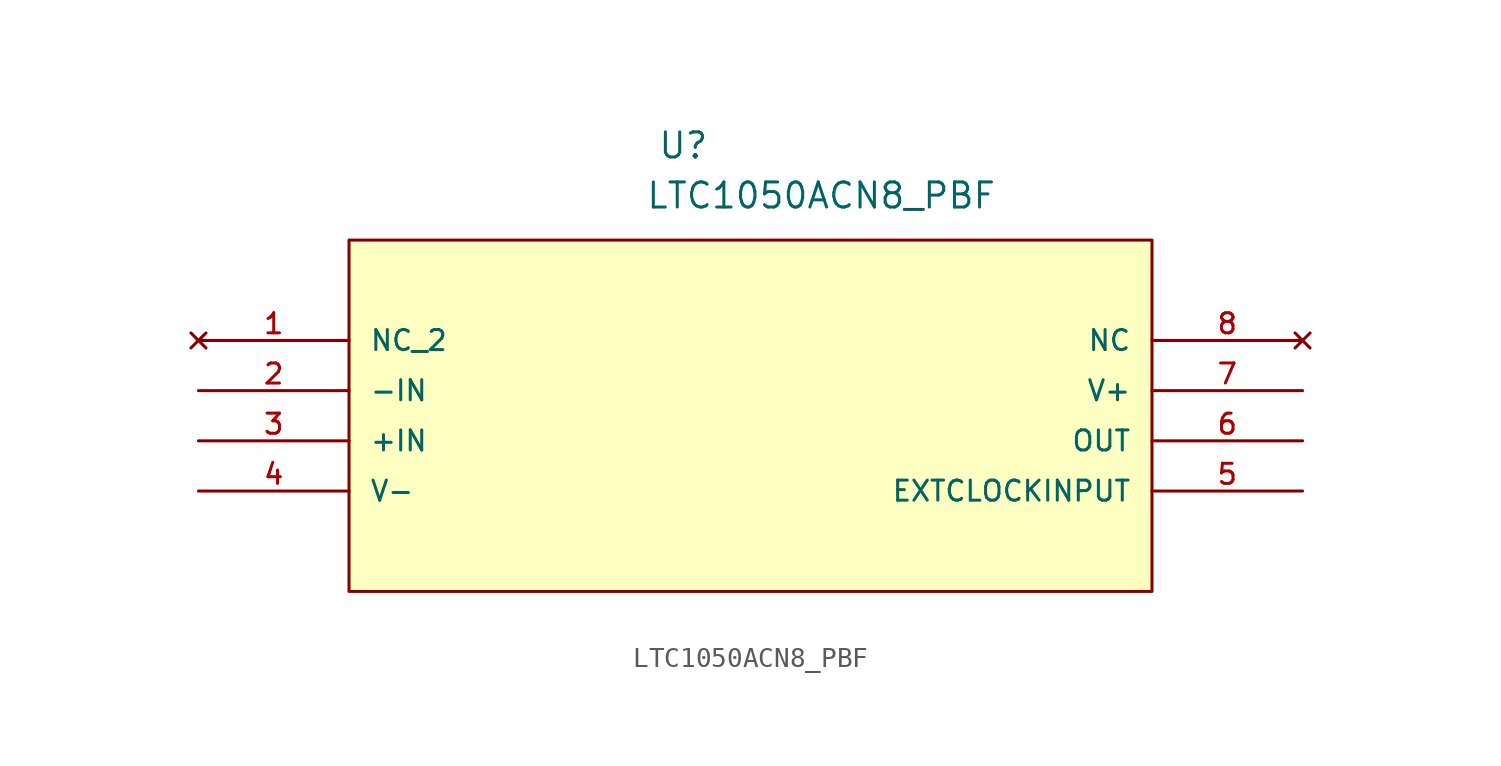
<source format=kicad_sym>
(kicad_symbol_lib
  (version 20211014)
  (generator kicad_symbol_editor)
  (symbol "LTC1050ACN8_PBF"
    (pin_names
      (offset 1.016))
    (property "Reference" "U"
      (at 23.229 9.124 0.0)
      (effects (font (size 1.27 1.27)) (justify bottom left)))
    (property "Value" "LTC1050ACN8_PBF"
      (at 22.62 6.59 0.0)
      (effects (font (size 1.27 1.27)) (justify bottom left)))
    (symbol "LTC1050ACN8_PBF_0_0"
      (rectangle (start 7.62 -12.7) (end 48.26 5.08) (stroke (width 0.152)) (fill (type background)))
      (pin no_connect line (at 0.0 0.0 0) (length 7.62) (name "NC_2" (effects (font (size 1.016 1.016)))) (number "1" (effects (font (size 1.016 1.016)))))
      (pin input line (at 0.0 -2.54 0) (length 7.62) (name "-IN" (effects (font (size 1.016 1.016)))) (number "2" (effects (font (size 1.016 1.016)))))
      (pin input line (at 0.0 -5.08 0) (length 7.62) (name "+IN" (effects (font (size 1.016 1.016)))) (number "3" (effects (font (size 1.016 1.016)))))
      (pin power_in line (at 0.0 -7.62 0) (length 7.62) (name "V-" (effects (font (size 1.016 1.016)))) (number "4" (effects (font (size 1.016 1.016)))))
      (pin input line (at 55.88 -7.62 180.0) (length 7.62) (name "EXTCLOCKINPUT" (effects (font (size 1.016 1.016)))) (number "5" (effects (font (size 1.016 1.016)))))
      (pin output line (at 55.88 -5.08 180.0) (length 7.62) (name "OUT" (effects (font (size 1.016 1.016)))) (number "6" (effects (font (size 1.016 1.016)))))
      (pin power_in line (at 55.88 -2.54 180.0) (length 7.62) (name "V+" (effects (font (size 1.016 1.016)))) (number "7" (effects (font (size 1.016 1.016)))))
      (pin no_connect line (at 55.88 0.0 180.0) (length 7.62) (name "NC" (effects (font (size 1.016 1.016)))) (number "8" (effects (font (size 1.016 1.016))))))))
</source>
